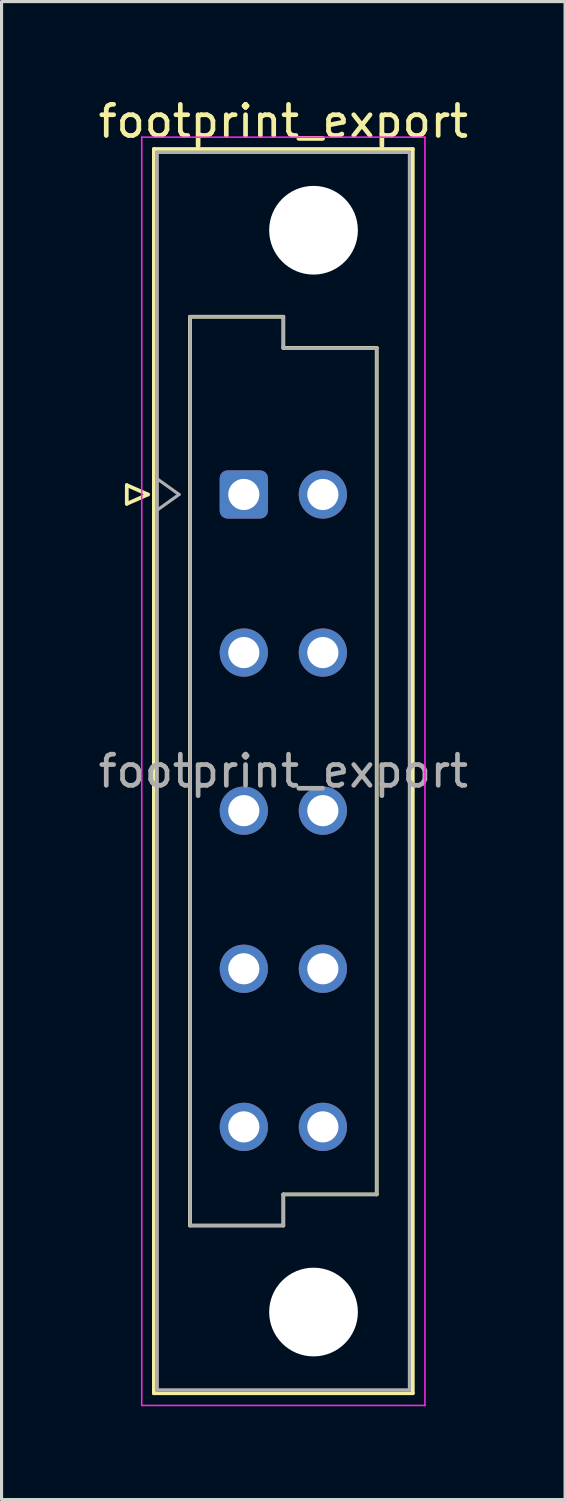
<source format=kicad_pcb>
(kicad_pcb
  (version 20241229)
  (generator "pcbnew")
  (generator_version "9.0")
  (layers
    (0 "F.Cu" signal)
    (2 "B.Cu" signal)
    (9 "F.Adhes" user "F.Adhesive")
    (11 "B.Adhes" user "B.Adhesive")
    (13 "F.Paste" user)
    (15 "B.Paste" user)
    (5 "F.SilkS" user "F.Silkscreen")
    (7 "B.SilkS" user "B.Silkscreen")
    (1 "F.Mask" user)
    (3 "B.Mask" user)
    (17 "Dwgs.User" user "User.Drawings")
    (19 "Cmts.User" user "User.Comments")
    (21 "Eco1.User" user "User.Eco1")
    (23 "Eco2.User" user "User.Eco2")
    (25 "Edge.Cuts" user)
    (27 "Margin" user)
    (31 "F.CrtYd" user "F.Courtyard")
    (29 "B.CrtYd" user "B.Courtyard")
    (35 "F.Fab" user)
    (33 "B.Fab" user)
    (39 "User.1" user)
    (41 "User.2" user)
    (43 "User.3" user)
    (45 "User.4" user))
  (footprint "footprint_export"
    (layer "F.Cu")
    (at 4.784 10.298)
    (property "Reference" "footprint_export" (at 1.27 -9.45 0) (layer "F.SilkS") (effects (font (size 1 1) (thickness 0.15))))
    (attr through_hole)
    (fp_line (start -3.76 2.24) (end -3.76 2.84) (stroke (width 0.12) (type solid)) (layer "F.SilkS"))
    (fp_line (start -3.76 2.84) (end -3.08 2.54) (stroke (width 0.12) (type solid)) (layer "F.SilkS"))
    (fp_line (start -3.08 2.54) (end -3.76 2.24) (stroke (width 0.12) (type solid)) (layer "F.SilkS"))
    (fp_line (start -2.89 -8.56) (end 5.43 -8.56) (stroke (width 0.12) (type solid)) (layer "F.SilkS"))
    (fp_line (start -2.89 31.42) (end -2.89 -8.56) (stroke (width 0.12) (type solid)) (layer "F.SilkS"))
    (fp_line (start -1.73 -3.17) (end 1.27 -3.17) (stroke (width 0.12) (type solid)) (layer "F.SilkS"))
    (fp_line (start -1.73 26.03) (end -1.73 -3.17) (stroke (width 0.12) (type solid)) (layer "F.SilkS"))
    (fp_line (start 1.27 -3.17) (end 1.27 -2.17) (stroke (width 0.12) (type solid)) (layer "F.SilkS"))
    (fp_line (start 1.27 -2.17) (end 4.27 -2.17) (stroke (width 0.12) (type solid)) (layer "F.SilkS"))
    (fp_line (start 1.27 25.03) (end 1.27 26.03) (stroke (width 0.12) (type solid)) (layer "F.SilkS"))
    (fp_line (start 1.27 26.03) (end -1.73 26.03) (stroke (width 0.12) (type solid)) (layer "F.SilkS"))
    (fp_line (start 4.27 -2.17) (end 4.27 25.03) (stroke (width 0.12) (type solid)) (layer "F.SilkS"))
    (fp_line (start 4.27 25.03) (end 1.27 25.03) (stroke (width 0.12) (type solid)) (layer "F.SilkS"))
    (fp_line (start 5.43 -8.56) (end 5.43 31.42) (stroke (width 0.12) (type solid)) (layer "F.SilkS"))
    (fp_line (start 5.43 31.42) (end -2.89 31.42) (stroke (width 0.12) (type solid)) (layer "F.SilkS"))
    (fp_line (start -3.28 -8.94) (end 5.82 -8.94) (stroke (width 0.05) (type solid)) (layer "F.CrtYd"))
    (fp_line (start -3.28 31.81) (end -3.28 -8.94) (stroke (width 0.05) (type solid)) (layer "F.CrtYd"))
    (fp_line (start 5.82 -8.94) (end 5.82 31.81) (stroke (width 0.05) (type solid)) (layer "F.CrtYd"))
    (fp_line (start 5.82 31.81) (end -3.28 31.81) (stroke (width 0.05) (type solid)) (layer "F.CrtYd"))
    (fp_line (start -2.78 -8.45) (end 5.32 -8.45) (stroke (width 0.1) (type solid)) (layer "F.Fab"))
    (fp_line (start -2.78 2.04) (end -2.08 2.54) (stroke (width 0.1) (type solid)) (layer "F.Fab"))
    (fp_line (start -2.78 31.31) (end -2.78 -8.45) (stroke (width 0.1) (type solid)) (layer "F.Fab"))
    (fp_line (start -2.08 2.54) (end -2.78 3.04) (stroke (width 0.1) (type solid)) (layer "F.Fab"))
    (fp_line (start -1.73 -3.17) (end 1.27 -3.17) (stroke (width 0.1) (type solid)) (layer "F.Fab"))
    (fp_line (start -1.73 26.03) (end -1.73 -3.17) (stroke (width 0.1) (type solid)) (layer "F.Fab"))
    (fp_line (start 1.27 -3.17) (end 1.27 -2.17) (stroke (width 0.1) (type solid)) (layer "F.Fab"))
    (fp_line (start 1.27 -2.17) (end 4.27 -2.17) (stroke (width 0.1) (type solid)) (layer "F.Fab"))
    (fp_line (start 1.27 25.03) (end 1.27 26.03) (stroke (width 0.1) (type solid)) (layer "F.Fab"))
    (fp_line (start 1.27 26.03) (end -1.73 26.03) (stroke (width 0.1) (type solid)) (layer "F.Fab"))
    (fp_line (start 4.27 -2.17) (end 4.27 25.03) (stroke (width 0.1) (type solid)) (layer "F.Fab"))
    (fp_line (start 4.27 25.03) (end 1.27 25.03) (stroke (width 0.1) (type solid)) (layer "F.Fab"))
    (fp_line (start 5.32 -8.45) (end 5.32 31.31) (stroke (width 0.1) (type solid)) (layer "F.Fab"))
    (fp_line (start 5.32 31.31) (end -2.78 31.31) (stroke (width 0.1) (type solid)) (layer "F.Fab"))
    (fp_text user "${REFERENCE}" (at 1.27 11.43 0) (layer "F.Fab") (effects (font (size 1 1) (thickness 0.15))))
    (pad "" np_thru_hole circle (at 2.24 -5.95) (size 2.85 2.85) (drill 2.85) (layers "*.Cu" "*.Mask"))
    (pad "" np_thru_hole circle (at 2.24 28.81) (size 2.85 2.85) (drill 2.85) (layers "*.Cu" "*.Mask"))
    (pad "a2" thru_hole roundrect (at 0 2.54) (size 1.55 1.55) (drill 1) (layers "*.Cu" "*.Mask") (roundrect_rratio 0.161))
    (pad "a4" thru_hole circle (at 0 7.62) (size 1.55 1.55) (drill 1) (layers "*.Cu" "*.Mask"))
    (pad "a6" thru_hole circle (at 0 12.7) (size 1.55 1.55) (drill 1) (layers "*.Cu" "*.Mask"))
    (pad "a8" thru_hole circle (at 0 17.78) (size 1.55 1.55) (drill 1) (layers "*.Cu" "*.Mask"))
    (pad "a10" thru_hole circle (at 0 22.86) (size 1.55 1.55) (drill 1) (layers "*.Cu" "*.Mask"))
    (pad "b2" thru_hole circle (at 2.54 2.54) (size 1.55 1.55) (drill 1) (layers "*.Cu" "*.Mask"))
    (pad "b4" thru_hole circle (at 2.54 7.62) (size 1.55 1.55) (drill 1) (layers "*.Cu" "*.Mask"))
    (pad "b6" thru_hole circle (at 2.54 12.7) (size 1.55 1.55) (drill 1) (layers "*.Cu" "*.Mask"))
    (pad "b8" thru_hole circle (at 2.54 17.78) (size 1.55 1.55) (drill 1) (layers "*.Cu" "*.Mask"))
    (pad "b10" thru_hole circle (at 2.54 22.86) (size 1.55 1.55) (drill 1) (layers "*.Cu" "*.Mask")))
  (gr_rect
    (start -3 -3)
    (end 15.107 45.133)
    (stroke (width 0.1) (type default))
    (fill no)
    (layer "Edge.Cuts")))
</source>
